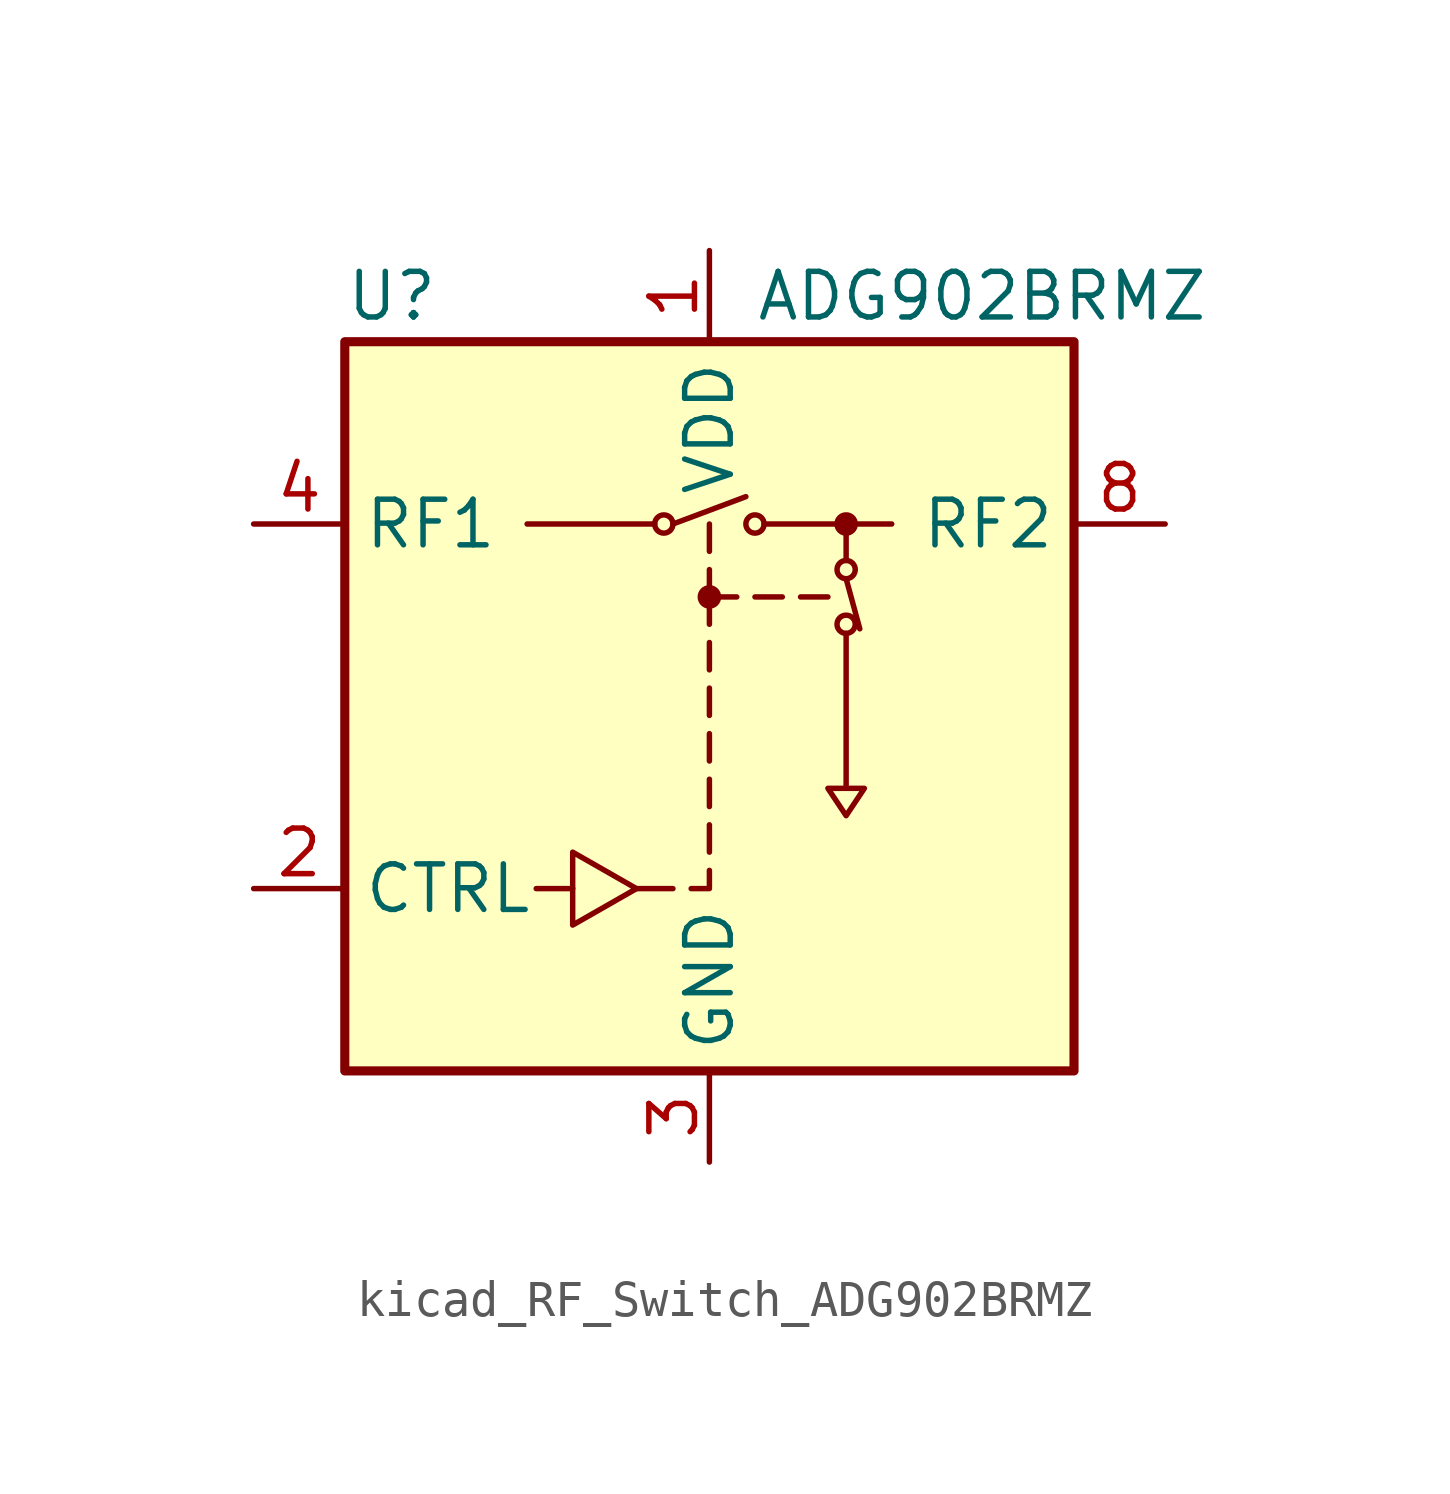
<source format=kicad_sym>
(kicad_symbol_lib
  (version 20220914)
  (generator kicad_symbol_editor)
  (symbol "kicad_RF_Switch_ADG902BRMZ"
    (property "Reference" "U"
      (at -10.16 11.43 0)
      (effects (font (size 1.27 1.27)) (justify left)))
    (property "Value" "ADG902BRMZ"
      (at 1.27 11.43 0)
      (effects (font (size 1.27 1.27)) (justify left)))
    (symbol "kicad_RF_Switch_ADG902BRMZ_0_0"
      (rectangle (start -10.16 10.16) (end 10.16 -10.16) (stroke (width 0.254) (type default)) (fill (type background)))
      (polyline (pts (xy -4.826 -5.08) (xy -3.81 -5.08)) (stroke (width 0) (type default)) (fill (type none)))
      (polyline (pts (xy -1.016 -5.08) (xy -2.032 -5.08)) (stroke (width 0) (type default)) (fill (type none)))
      (polyline (pts (xy 0 -3.302) (xy 0 -4.064)) (stroke (width 0) (type default)) (fill (type none)))
      (polyline (pts (xy 0 -2.032) (xy 0 -2.794)) (stroke (width 0) (type default)) (fill (type none)))
      (polyline (pts (xy 0 -0.762) (xy 0 -1.524)) (stroke (width 0) (type default)) (fill (type none)))
      (polyline (pts (xy 0 0.508) (xy 0 -0.254)) (stroke (width 0) (type default)) (fill (type none)))
      (polyline (pts (xy 0 1.778) (xy 0 1.016)) (stroke (width 0) (type default)) (fill (type none)))
      (polyline (pts (xy 0 3.048) (xy 0 2.286)) (stroke (width 0) (type default)) (fill (type none)))
      (polyline (pts (xy 0 3.048) (xy 0 3.81)) (stroke (width 0) (type default)) (fill (type none)))
      (polyline (pts (xy 0 3.048) (xy 0.762 3.048)) (stroke (width 0) (type default)) (fill (type none)))
      (polyline (pts (xy 0 4.318) (xy 0 5.08)) (stroke (width 0) (type default)) (fill (type none)))
      (polyline (pts (xy 1.27 3.048) (xy 2.032 3.048)) (stroke (width 0) (type default)) (fill (type none)))
      (polyline (pts (xy 2.54 3.048) (xy 3.302 3.048)) (stroke (width 0) (type default)) (fill (type none)))
      (polyline (pts (xy 0 -4.572) (xy 0 -5.08) (xy -0.508 -5.08)) (stroke (width 0) (type default)) (fill (type none)))
      (polyline (pts (xy -3.81 -4.064) (xy -3.81 -6.096) (xy -2.032 -5.08) (xy -3.81 -4.064)) (stroke (width 0) (type default)) (fill (type none)))
      (circle (center 0 3.048) (radius 0.254) (stroke (width 0) (type default)) (fill (type outline))))
    (symbol "kicad_RF_Switch_ADG902BRMZ_0_1"
      (circle (center -1.27 5.08) (radius 0.254) (stroke (width 0) (type default)) (fill (type none)))
      (polyline (pts (xy -5.08 5.08) (xy -1.524 5.08)) (stroke (width 0) (type default)) (fill (type none)))
      (polyline (pts (xy -1.016 5.08) (xy 1.016 5.842)) (stroke (width 0) (type default)) (fill (type none)))
      (polyline (pts (xy 1.524 5.08) (xy 5.08 5.08)) (stroke (width 0) (type default)) (fill (type none)))
      (polyline (pts (xy 3.81 3.556) (xy 4.191 2.159)) (stroke (width 0) (type default)) (fill (type none)))
      (polyline (pts (xy 3.81 5.08) (xy 3.81 4.064)) (stroke (width 0) (type default)) (fill (type none)))
      (polyline (pts (xy 3.81 2.032) (xy 3.81 -2.286) (xy 3.302 -2.286) (xy 3.81 -3.048) (xy 4.318 -2.286) (xy 3.81 -2.286)) (stroke (width 0) (type default)) (fill (type none)))
      (circle (center 1.27 5.08) (radius 0.254) (stroke (width 0) (type default)) (fill (type none)))
      (circle (center 3.81 2.286) (radius 0.254) (stroke (width 0) (type default)) (fill (type none)))
      (circle (center 3.81 3.81) (radius 0.254) (stroke (width 0) (type default)) (fill (type none)))
      (circle (center 3.81 5.08) (radius 0.254) (stroke (width 0) (type default)) (fill (type outline))))
    (symbol "kicad_RF_Switch_ADG902BRMZ_1_1"
      (pin power_in line (at 0 12.7 270) (length 2.54) (name "VDD" (effects (font (size 1.27 1.27)))) (number "1" (effects (font (size 1.27 1.27)))))
      (pin input line (at -12.7 -5.08 0) (length 2.54) (name "CTRL" (effects (font (size 1.27 1.27)))) (number "2" (effects (font (size 1.27 1.27)))))
      (pin power_in line (at 0 -12.7 90) (length 2.54) (name "GND" (effects (font (size 1.27 1.27)))) (number "3" (effects (font (size 1.27 1.27)))))
      (pin passive line (at -12.7 5.08 0) (length 2.54) (name "RF1" (effects (font (size 1.27 1.27)))) (number "4" (effects (font (size 1.27 1.27)))))
      (pin passive line (at 0 -12.7 90) (length 2.54) hide (name "GND" (effects (font (size 1.27 1.27)))) (number "5" (effects (font (size 1.27 1.27)))))
      (pin passive line (at 0 -12.7 90) (length 2.54) hide (name "GND" (effects (font (size 1.27 1.27)))) (number "6" (effects (font (size 1.27 1.27)))))
      (pin passive line (at 0 -12.7 90) (length 2.54) hide (name "GND" (effects (font (size 1.27 1.27)))) (number "7" (effects (font (size 1.27 1.27)))))
      (pin passive line (at 12.7 5.08 180) (length 2.54) (name "RF2" (effects (font (size 1.27 1.27)))) (number "8" (effects (font (size 1.27 1.27))))))))
</source>
